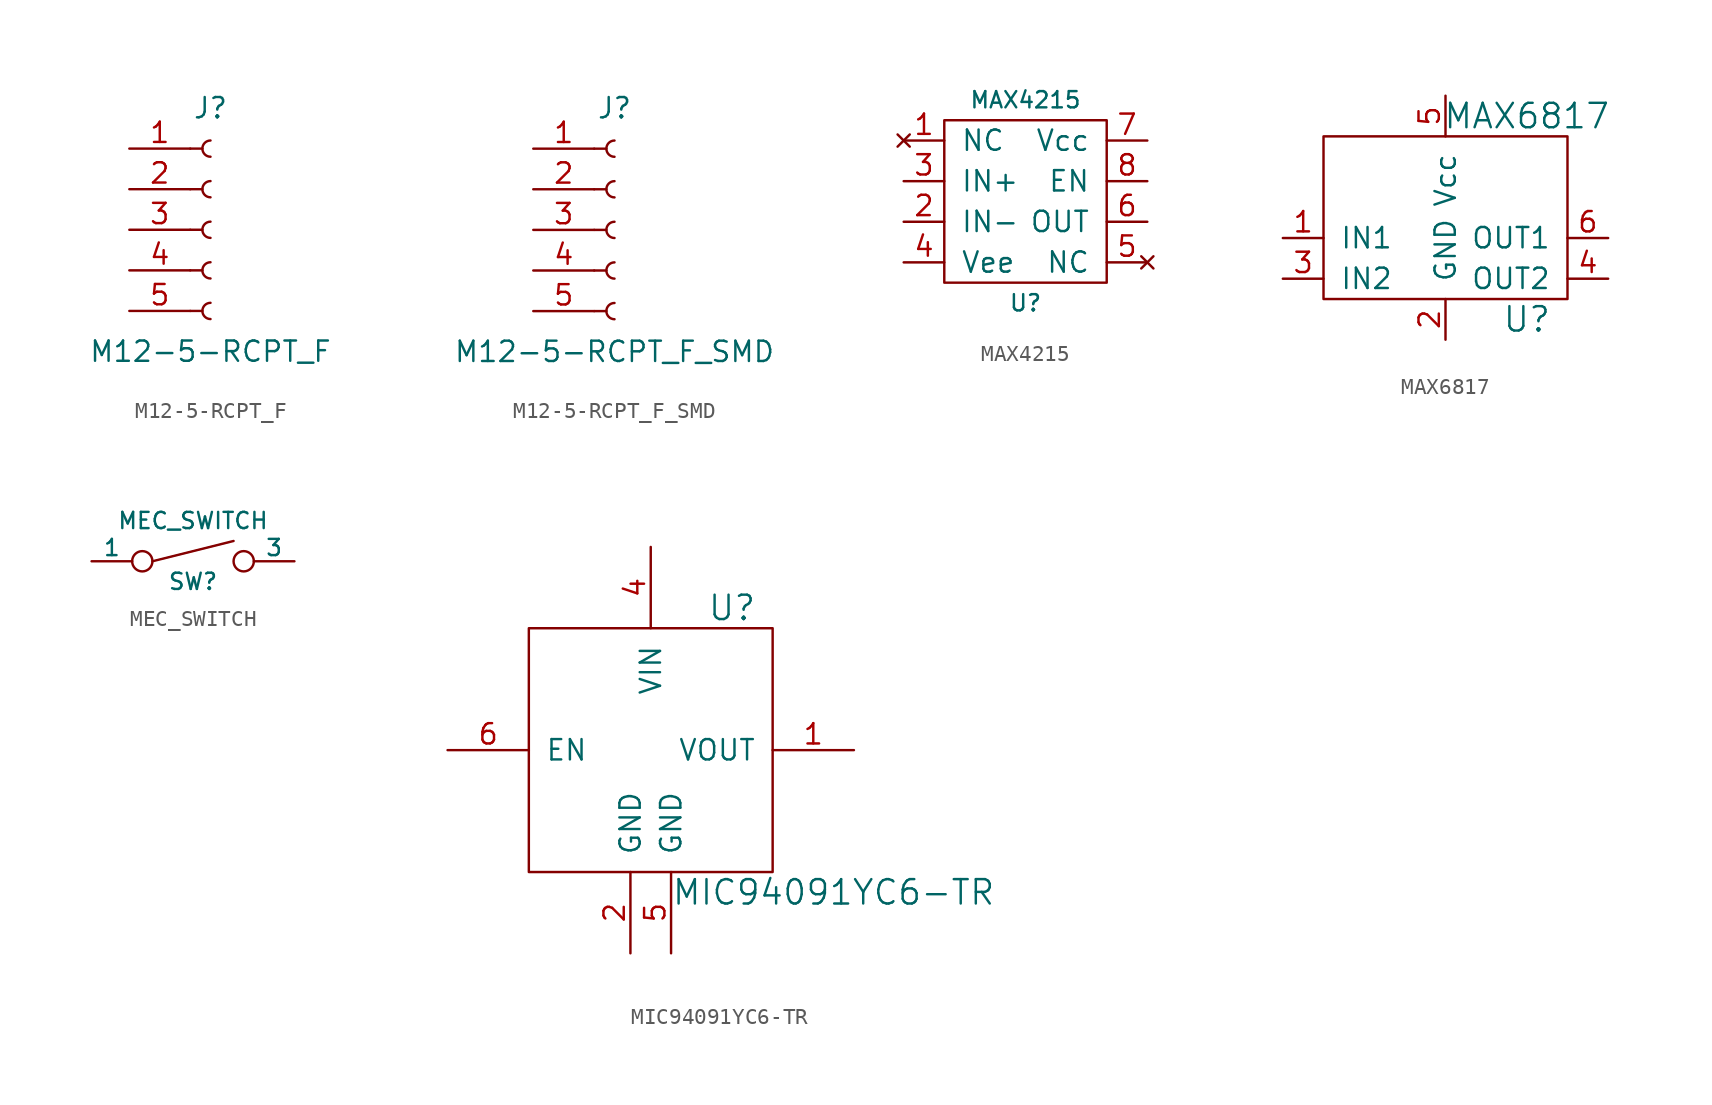
<source format=kicad_sym>
(kicad_symbol_lib
  (version 20211014)
  (generator kicad_symbol_editor)
  (symbol "M12-5-RCPT_F"
    (pin_names
      (offset 1.016) hide)
    (property "Reference" "J"
      (at 0 7.62 0)
      (effects (font (size 1.27 1.27))))
    (property "Value" "M12-5-RCPT_F"
      (at 0 -7.62 0)
      (effects (font (size 1.27 1.27))))
    (symbol "M12-5-RCPT_F_1_1"
      (arc (start 0 -4.572) (mid -0.508 -5.08) (end 0 -5.588) (stroke (width 0.1524) (type default) (color 0 0 0 0)) (fill (type none)))
      (arc (start 0 -2.032) (mid -0.508 -2.54) (end 0 -3.048) (stroke (width 0.1524) (type default) (color 0 0 0 0)) (fill (type none)))
      (polyline (pts (xy -1.27 -5.08) (xy -0.508 -5.08)) (stroke (width 0.152) (type default) (color 0 0 0 0)) (fill (type none)))
      (polyline (pts (xy -1.27 -2.54) (xy -0.508 -2.54)) (stroke (width 0.152) (type default) (color 0 0 0 0)) (fill (type none)))
      (polyline (pts (xy -1.27 0) (xy -0.508 0)) (stroke (width 0.152) (type default) (color 0 0 0 0)) (fill (type none)))
      (polyline (pts (xy -1.27 2.54) (xy -0.508 2.54)) (stroke (width 0.152) (type default) (color 0 0 0 0)) (fill (type none)))
      (polyline (pts (xy -1.27 5.08) (xy -0.508 5.08)) (stroke (width 0.152) (type default) (color 0 0 0 0)) (fill (type none)))
      (arc (start 0 0.508) (mid -0.508 0) (end 0 -0.508) (stroke (width 0.1524) (type default) (color 0 0 0 0)) (fill (type none)))
      (arc (start 0 3.048) (mid -0.508 2.54) (end 0 2.032) (stroke (width 0.1524) (type default) (color 0 0 0 0)) (fill (type none)))
      (arc (start 0 5.588) (mid -0.508 5.08) (end 0 4.572) (stroke (width 0.1524) (type default) (color 0 0 0 0)) (fill (type none)))
      (pin passive line (at -5.08 5.08 0) (length 3.81) (name "Pin_1" (effects (font (size 1.27 1.27)))) (number "1" (effects (font (size 1.27 1.27)))))
      (pin passive line (at -5.08 2.54 0) (length 3.81) (name "Pin_2" (effects (font (size 1.27 1.27)))) (number "2" (effects (font (size 1.27 1.27)))))
      (pin passive line (at -5.08 0 0) (length 3.81) (name "Pin_3" (effects (font (size 1.27 1.27)))) (number "3" (effects (font (size 1.27 1.27)))))
      (pin passive line (at -5.08 -2.54 0) (length 3.81) (name "Pin_4" (effects (font (size 1.27 1.27)))) (number "4" (effects (font (size 1.27 1.27)))))
      (pin passive line (at -5.08 -5.08 0) (length 3.81) (name "Pin_5" (effects (font (size 1.27 1.27)))) (number "5" (effects (font (size 1.27 1.27)))))))
  (symbol "M12-5-RCPT_F_SMD"
    (pin_names
      (offset 1.016) hide)
    (property "Reference" "J"
      (at 0 7.62 0)
      (effects (font (size 1.27 1.27))))
    (property "Value" "M12-5-RCPT_F_SMD"
      (at 0 -7.62 0)
      (effects (font (size 1.27 1.27))))
    (symbol "M12-5-RCPT_F_SMD_1_1"
      (arc (start 0 -4.572) (mid -0.508 -5.08) (end 0 -5.588) (stroke (width 0.1524) (type default) (color 0 0 0 0)) (fill (type none)))
      (arc (start 0 -2.032) (mid -0.508 -2.54) (end 0 -3.048) (stroke (width 0.1524) (type default) (color 0 0 0 0)) (fill (type none)))
      (polyline (pts (xy -1.27 -5.08) (xy -0.508 -5.08)) (stroke (width 0.152) (type default) (color 0 0 0 0)) (fill (type none)))
      (polyline (pts (xy -1.27 -2.54) (xy -0.508 -2.54)) (stroke (width 0.152) (type default) (color 0 0 0 0)) (fill (type none)))
      (polyline (pts (xy -1.27 0) (xy -0.508 0)) (stroke (width 0.152) (type default) (color 0 0 0 0)) (fill (type none)))
      (polyline (pts (xy -1.27 2.54) (xy -0.508 2.54)) (stroke (width 0.152) (type default) (color 0 0 0 0)) (fill (type none)))
      (polyline (pts (xy -1.27 5.08) (xy -0.508 5.08)) (stroke (width 0.152) (type default) (color 0 0 0 0)) (fill (type none)))
      (arc (start 0 0.508) (mid -0.508 0) (end 0 -0.508) (stroke (width 0.1524) (type default) (color 0 0 0 0)) (fill (type none)))
      (arc (start 0 3.048) (mid -0.508 2.54) (end 0 2.032) (stroke (width 0.1524) (type default) (color 0 0 0 0)) (fill (type none)))
      (arc (start 0 5.588) (mid -0.508 5.08) (end 0 4.572) (stroke (width 0.1524) (type default) (color 0 0 0 0)) (fill (type none)))
      (pin passive line (at -5.08 5.08 0) (length 3.81) (name "Pin_1" (effects (font (size 1.27 1.27)))) (number "1" (effects (font (size 1.27 1.27)))))
      (pin passive line (at -5.08 2.54 0) (length 3.81) (name "Pin_2" (effects (font (size 1.27 1.27)))) (number "2" (effects (font (size 1.27 1.27)))))
      (pin passive line (at -5.08 0 0) (length 3.81) (name "Pin_3" (effects (font (size 1.27 1.27)))) (number "3" (effects (font (size 1.27 1.27)))))
      (pin passive line (at -5.08 -2.54 0) (length 3.81) (name "Pin_4" (effects (font (size 1.27 1.27)))) (number "4" (effects (font (size 1.27 1.27)))))
      (pin passive line (at -5.08 -5.08 0) (length 3.81) (name "Pin_5" (effects (font (size 1.27 1.27)))) (number "5" (effects (font (size 1.27 1.27)))))))
  (symbol "MAX4215"
    (pin_names
      (offset 1.016))
    (property "Reference" "U"
      (at 0 -6.35 0)
      (effects (font (size 1.016 1.016))))
    (property "Value" "MAX4215"
      (at 0 6.35 0)
      (effects (font (size 1.016 1.016))))
    (property "Datasheet" ""
      (at 0 -6.35 0)
      (effects (font (size 1.524 1.524))))
    (symbol "MAX4215_0_1"
      (rectangle (start -5.08 5.08) (end 5.08 -5.08) (stroke (width 0) (type default) (color 0 0 0 0)) (fill (type none))))
    (symbol "MAX4215_1_1"
      (pin no_connect line (at -7.62 3.81 0) (length 2.54) (name "NC" (effects (font (size 1.27 1.27)))) (number "1" (effects (font (size 1.27 1.27)))))
      (pin input line (at -7.62 -1.27 0) (length 2.54) (name "IN-" (effects (font (size 1.27 1.27)))) (number "2" (effects (font (size 1.27 1.27)))))
      (pin input line (at -7.62 1.27 0) (length 2.54) (name "IN+" (effects (font (size 1.27 1.27)))) (number "3" (effects (font (size 1.27 1.27)))))
      (pin power_in line (at -7.62 -3.81 0) (length 2.54) (name "Vee" (effects (font (size 1.27 1.27)))) (number "4" (effects (font (size 1.27 1.27)))))
      (pin no_connect line (at 7.62 -3.81 180) (length 2.54) (name "NC" (effects (font (size 1.27 1.27)))) (number "5" (effects (font (size 1.27 1.27)))))
      (pin output line (at 7.62 -1.27 180) (length 2.54) (name "OUT" (effects (font (size 1.27 1.27)))) (number "6" (effects (font (size 1.27 1.27)))))
      (pin power_in line (at 7.62 3.81 180) (length 2.54) (name "Vcc" (effects (font (size 1.27 1.27)))) (number "7" (effects (font (size 1.27 1.27)))))
      (pin input line (at 7.62 1.27 180) (length 2.54) (name "EN" (effects (font (size 1.27 1.27)))) (number "8" (effects (font (size 1.27 1.27)))))))
  (symbol "MAX6817"
    (pin_names
      (offset 1.016))
    (property "Reference" "U"
      (at 5.08 -6.35 0)
      (effects (font (size 1.524 1.524))))
    (property "Value" "MAX6817"
      (at 5.08 6.35 0)
      (effects (font (size 1.524 1.524))))
    (property "Datasheet" ""
      (at 0 0 0)
      (effects (font (size 1.524 1.524))))
    (symbol "MAX6817_0_1"
      (rectangle (start -7.62 5.08) (end 7.62 -5.08) (stroke (width 0) (type default) (color 0 0 0 0)) (fill (type none))))
    (symbol "MAX6817_1_1"
      (pin passive line (at -10.16 -1.27 0) (length 2.54) (name "IN1" (effects (font (size 1.27 1.27)))) (number "1" (effects (font (size 1.27 1.27)))))
      (pin power_in line (at 0 -7.62 90) (length 2.54) (name "GND" (effects (font (size 1.27 1.27)))) (number "2" (effects (font (size 1.27 1.27)))))
      (pin passive line (at -10.16 -3.81 0) (length 2.54) (name "IN2" (effects (font (size 1.27 1.27)))) (number "3" (effects (font (size 1.27 1.27)))))
      (pin output line (at 10.16 -3.81 180) (length 2.54) (name "OUT2" (effects (font (size 1.27 1.27)))) (number "4" (effects (font (size 1.27 1.27)))))
      (pin power_in line (at 0 7.62 270) (length 2.54) (name "Vcc" (effects (font (size 1.27 1.27)))) (number "5" (effects (font (size 1.27 1.27)))))
      (pin output line (at 10.16 -1.27 180) (length 2.54) (name "OUT1" (effects (font (size 1.27 1.27)))) (number "6" (effects (font (size 1.27 1.27)))))))
  (symbol "MEC_SWITCH"
    (pin_numbers hide)
    (pin_names
      (offset 0))
    (property "Reference" "SW"
      (at 0 -1.27 0)
      (effects (font (size 1.016 1.016))))
    (property "Value" "MEC_SWITCH"
      (at 0 2.54 0)
      (effects (font (size 1.016 1.016))))
    (property "Datasheet" ""
      (at 0 0 0)
      (effects (font (size 1.524 1.524))))
    (symbol "MEC_SWITCH_0_1"
      (circle (center -3.175 0) (radius 0.635) (stroke (width 0) (type default) (color 0 0 0 0)) (fill (type none)))
      (polyline (pts (xy -2.54 0) (xy 2.54 1.27)) (stroke (width 0) (type default) (color 0 0 0 0)) (fill (type none)))
      (circle (center 3.175 0) (radius 0.635) (stroke (width 0) (type default) (color 0 0 0 0)) (fill (type none))))
    (symbol "MEC_SWITCH_1_1"
      (pin passive line (at -6.35 0 0) (length 2.54) (name "1" (effects (font (size 1.016 1.016)))) (number "1" (effects (font (size 1.016 1.016)))))
      (pin passive line (at 6.35 0 180) (length 2.54) (name "3" (effects (font (size 1.016 1.016)))) (number "3" (effects (font (size 1.016 1.016)))))))
  (symbol "MIC94091YC6-TR"
    (pin_names
      (offset 1.016))
    (property "Reference" "U"
      (at 5.08 8.89 0)
      (effects (font (size 1.524 1.524))))
    (property "Value" "MIC94091YC6-TR"
      (at 11.43 -8.89 0)
      (effects (font (size 1.524 1.524))))
    (symbol "MIC94091YC6-TR_0_1"
      (rectangle (start -7.62 7.62) (end 7.62 -7.62) (stroke (width 0) (type default) (color 0 0 0 0)) (fill (type none))))
    (symbol "MIC94091YC6-TR_1_1"
      (pin power_out line (at 12.7 0 180) (length 5.08) (name "VOUT" (effects (font (size 1.27 1.27)))) (number "1" (effects (font (size 1.27 1.27)))))
      (pin power_in line (at -1.27 -12.7 90) (length 5.08) (name "GND" (effects (font (size 1.27 1.27)))) (number "2" (effects (font (size 1.27 1.27)))))
      (pin power_in line (at 0 12.7 270) (length 5.08) (name "VIN" (effects (font (size 1.27 1.27)))) (number "4" (effects (font (size 1.27 1.27)))))
      (pin power_in line (at 1.27 -12.7 90) (length 5.08) (name "GND" (effects (font (size 1.27 1.27)))) (number "5" (effects (font (size 1.27 1.27)))))
      (pin input line (at -12.7 0 0) (length 5.08) (name "EN" (effects (font (size 1.27 1.27)))) (number "6" (effects (font (size 1.27 1.27))))))))
</source>
